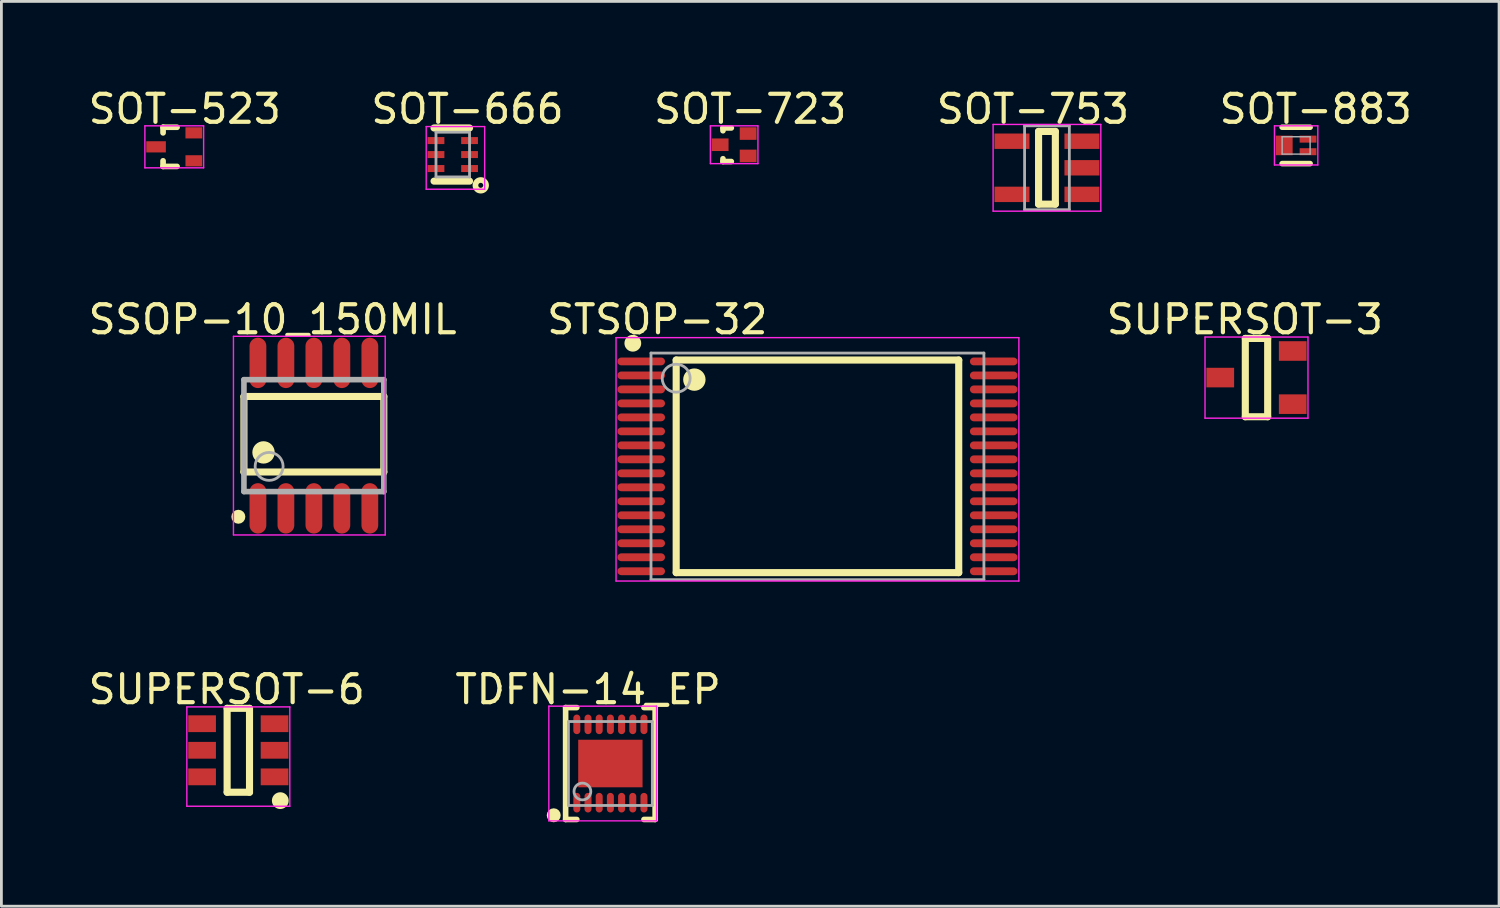
<source format=kicad_pcb>
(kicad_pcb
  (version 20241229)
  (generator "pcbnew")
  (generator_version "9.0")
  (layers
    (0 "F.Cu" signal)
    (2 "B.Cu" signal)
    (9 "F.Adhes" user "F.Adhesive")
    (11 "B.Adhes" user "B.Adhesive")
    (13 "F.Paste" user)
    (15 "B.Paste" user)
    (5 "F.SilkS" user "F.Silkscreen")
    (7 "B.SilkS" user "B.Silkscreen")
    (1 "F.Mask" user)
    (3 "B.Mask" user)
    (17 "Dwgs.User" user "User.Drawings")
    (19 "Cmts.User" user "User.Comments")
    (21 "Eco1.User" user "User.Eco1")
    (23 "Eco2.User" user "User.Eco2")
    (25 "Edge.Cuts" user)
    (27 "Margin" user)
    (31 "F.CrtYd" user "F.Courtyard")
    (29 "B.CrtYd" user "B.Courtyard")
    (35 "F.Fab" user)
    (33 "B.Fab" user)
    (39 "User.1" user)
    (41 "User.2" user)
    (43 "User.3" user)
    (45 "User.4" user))
  (footprint "STSOP-32"
    (layer "F.Cu")
    (at 26.171 13.62)
    (property "Reference" "STSOP-32" (at -5.724 -5.249 0) (layer "F.SilkS") (effects (font (size 1 1) (thickness 0.15))))
    (attr through_hole)
    (fp_line (start -5.05 -3.8) (end 5.05 -3.8) (stroke (width 0.254) (type solid)) (layer "F.SilkS"))
    (fp_line (start -5.05 3.8) (end -5.05 -3.8) (stroke (width 0.254) (type solid)) (layer "F.SilkS"))
    (fp_line (start -5.05 3.8) (end 5.05 3.8) (stroke (width 0.254) (type solid)) (layer "F.SilkS"))
    (fp_line (start 5.05 3.8) (end 5.05 -3.8) (stroke (width 0.254) (type solid)) (layer "F.SilkS"))
    (fp_circle (center -6.6 -4.4) (end -6.45 -4.4) (stroke (width 0.3) (type solid)) (fill no) (layer "F.SilkS"))
    (fp_circle (center -4.4 -3.1) (end -4.2 -3.1) (stroke (width 0.4) (type solid)) (fill no) (layer "F.SilkS"))
    (fp_line (start -7.2 -4.6) (end 7.2 -4.6) (stroke (width 0.05) (type solid)) (layer "F.CrtYd"))
    (fp_line (start -7.2 4.1) (end -7.2 -4.6) (stroke (width 0.05) (type solid)) (layer "F.CrtYd"))
    (fp_line (start 7.2 -4.6) (end 7.2 4.1) (stroke (width 0.05) (type solid)) (layer "F.CrtYd"))
    (fp_line (start 7.2 4.1) (end -7.2 4.1) (stroke (width 0.05) (type solid)) (layer "F.CrtYd"))
    (fp_line (start -5.95 -4.05) (end 5.95 -4.05) (stroke (width 0.1) (type solid)) (layer "F.Fab"))
    (fp_line (start -5.95 4.05) (end -5.95 -4.05) (stroke (width 0.1) (type solid)) (layer "F.Fab"))
    (fp_line (start -5.95 4.05) (end 5.95 4.05) (stroke (width 0.1) (type solid)) (layer "F.Fab"))
    (fp_line (start 5.95 4.05) (end 5.95 -4.05) (stroke (width 0.1) (type solid)) (layer "F.Fab"))
    (fp_circle (center -5.05 -3.15) (end -4.55 -3.15) (stroke (width 0.1) (type solid)) (fill no) (layer "F.Fab"))
    (pad "1" smd oval (at -6.3 -3.75 90) (size 0.28 1.7) (layers "F.Cu" "F.Mask" "F.Paste"))
    (pad "2" smd oval (at -6.3 -3.25 90) (size 0.28 1.7) (layers "F.Cu" "F.Mask" "F.Paste"))
    (pad "3" smd oval (at -6.3 -2.75 90) (size 0.28 1.7) (layers "F.Cu" "F.Mask" "F.Paste"))
    (pad "4" smd oval (at -6.3 -2.25 90) (size 0.28 1.7) (layers "F.Cu" "F.Mask" "F.Paste"))
    (pad "5" smd oval (at -6.3 -1.75 90) (size 0.28 1.7) (layers "F.Cu" "F.Mask" "F.Paste"))
    (pad "6" smd oval (at -6.3 -1.25 90) (size 0.28 1.7) (layers "F.Cu" "F.Mask" "F.Paste"))
    (pad "7" smd oval (at -6.3 -0.75 90) (size 0.28 1.7) (layers "F.Cu" "F.Mask" "F.Paste"))
    (pad "8" smd oval (at -6.3 -0.25 90) (size 0.28 1.7) (layers "F.Cu" "F.Mask" "F.Paste"))
    (pad "9" smd oval (at -6.3 0.25 90) (size 0.28 1.7) (layers "F.Cu" "F.Mask" "F.Paste"))
    (pad "10" smd oval (at -6.3 0.75 90) (size 0.28 1.7) (layers "F.Cu" "F.Mask" "F.Paste"))
    (pad "11" smd oval (at -6.3 1.25 90) (size 0.28 1.7) (layers "F.Cu" "F.Mask" "F.Paste"))
    (pad "12" smd oval (at -6.3 1.75 90) (size 0.28 1.7) (layers "F.Cu" "F.Mask" "F.Paste"))
    (pad "13" smd oval (at -6.3 2.25 90) (size 0.28 1.7) (layers "F.Cu" "F.Mask" "F.Paste"))
    (pad "14" smd oval (at -6.3 2.75 90) (size 0.28 1.7) (layers "F.Cu" "F.Mask" "F.Paste"))
    (pad "15" smd oval (at -6.3 3.25 90) (size 0.28 1.7) (layers "F.Cu" "F.Mask" "F.Paste"))
    (pad "16" smd oval (at -6.3 3.75 90) (size 0.28 1.7) (layers "F.Cu" "F.Mask" "F.Paste"))
    (pad "17" smd oval (at 6.3 3.75 90) (size 0.28 1.7) (layers "F.Cu" "F.Mask" "F.Paste"))
    (pad "18" smd oval (at 6.3 3.25 90) (size 0.28 1.7) (layers "F.Cu" "F.Mask" "F.Paste"))
    (pad "19" smd oval (at 6.3 2.75 90) (size 0.28 1.7) (layers "F.Cu" "F.Mask" "F.Paste"))
    (pad "20" smd oval (at 6.3 2.25 90) (size 0.28 1.7) (layers "F.Cu" "F.Mask" "F.Paste"))
    (pad "21" smd oval (at 6.3 1.75 90) (size 0.28 1.7) (layers "F.Cu" "F.Mask" "F.Paste"))
    (pad "22" smd oval (at 6.3 1.25 90) (size 0.28 1.7) (layers "F.Cu" "F.Mask" "F.Paste"))
    (pad "23" smd oval (at 6.3 0.75 90) (size 0.28 1.7) (layers "F.Cu" "F.Mask" "F.Paste"))
    (pad "24" smd oval (at 6.3 0.25 90) (size 0.28 1.7) (layers "F.Cu" "F.Mask" "F.Paste"))
    (pad "25" smd oval (at 6.3 -0.25 90) (size 0.28 1.7) (layers "F.Cu" "F.Mask" "F.Paste"))
    (pad "26" smd oval (at 6.3 -0.75 90) (size 0.28 1.7) (layers "F.Cu" "F.Mask" "F.Paste"))
    (pad "27" smd oval (at 6.3 -1.25 90) (size 0.28 1.7) (layers "F.Cu" "F.Mask" "F.Paste"))
    (pad "28" smd oval (at 6.3 -1.75 90) (size 0.28 1.7) (layers "F.Cu" "F.Mask" "F.Paste"))
    (pad "29" smd oval (at 6.3 -2.25 90) (size 0.28 1.7) (layers "F.Cu" "F.Mask" "F.Paste"))
    (pad "30" smd oval (at 6.3 -2.75 90) (size 0.28 1.7) (layers "F.Cu" "F.Mask" "F.Paste"))
    (pad "31" smd oval (at 6.3 -3.25 90) (size 0.28 1.7) (layers "F.Cu" "F.Mask" "F.Paste"))
    (pad "32" smd oval (at 6.3 -3.75 90) (size 0.28 1.7) (layers "F.Cu" "F.Mask" "F.Paste")))
  (footprint "TDFN-14_EP"
    (layer "F.Cu")
    (at 18.769 24.243)
    (property "Reference" "TDFN-14_EP" (at -0.799 -2.649 0) (layer "F.SilkS") (effects (font (size 1 1) (thickness 0.15))))
    (attr through_hole)
    (fp_line (start -1.6 -2) (end -1.2 -2) (stroke (width 0.2) (type solid)) (layer "F.SilkS"))
    (fp_line (start -1.6 2) (end -1.6 -2) (stroke (width 0.2) (type solid)) (layer "F.SilkS"))
    (fp_line (start -1.6 2) (end -1.2 2) (stroke (width 0.2) (type solid)) (layer "F.SilkS"))
    (fp_line (start 1.2 -2) (end 1.6 -2) (stroke (width 0.2) (type solid)) (layer "F.SilkS"))
    (fp_line (start 1.2 2) (end 1.6 2) (stroke (width 0.2) (type solid)) (layer "F.SilkS"))
    (fp_line (start 1.6 2) (end 1.6 -2) (stroke (width 0.2) (type solid)) (layer "F.SilkS"))
    (fp_circle (center -2.025 1.85) (end -1.9 1.85) (stroke (width 0.25) (type solid)) (fill no) (layer "F.SilkS"))
    (fp_line (start -2.2 -2.05) (end 1.65 -2.05) (stroke (width 0.05) (type solid)) (layer "F.CrtYd"))
    (fp_line (start -2.2 2.05) (end -2.2 -2.05) (stroke (width 0.05) (type solid)) (layer "F.CrtYd"))
    (fp_line (start 1.65 -2.05) (end 1.65 2.05) (stroke (width 0.05) (type solid)) (layer "F.CrtYd"))
    (fp_line (start 1.65 2.05) (end -2.2 2.05) (stroke (width 0.05) (type solid)) (layer "F.CrtYd"))
    (fp_line (start -1.5 -1.5) (end 1.5 -1.5) (stroke (width 0.1) (type solid)) (layer "F.Fab"))
    (fp_line (start -1.5 1.5) (end -1.5 -1.5) (stroke (width 0.1) (type solid)) (layer "F.Fab"))
    (fp_line (start -1.5 1.5) (end 1.5 1.5) (stroke (width 0.1) (type solid)) (layer "F.Fab"))
    (fp_line (start 1.5 1.5) (end 1.5 -1.5) (stroke (width 0.1) (type solid)) (layer "F.Fab"))
    (fp_circle (center -1 1) (end -0.7 1) (stroke (width 0.1) (type solid)) (fill no) (layer "F.Fab"))
    (pad "0" smd rect (at 0 0 90) (size 1.7 2.3) (layers "F.Cu" "F.Mask" "F.Paste"))
    (pad "1" smd oval (at -1.2 1.4 270) (size 0.7 0.25) (layers "F.Cu" "F.Mask" "F.Paste"))
    (pad "2" smd oval (at -0.8 1.4 270) (size 0.7 0.25) (layers "F.Cu" "F.Mask" "F.Paste"))
    (pad "3" smd oval (at -0.4 1.4 270) (size 0.7 0.25) (layers "F.Cu" "F.Mask" "F.Paste"))
    (pad "4" smd oval (at 0 1.4 270) (size 0.7 0.25) (layers "F.Cu" "F.Mask" "F.Paste"))
    (pad "5" smd oval (at 0.4 1.4 270) (size 0.7 0.25) (layers "F.Cu" "F.Mask" "F.Paste"))
    (pad "6" smd oval (at 0.8 1.4 270) (size 0.7 0.25) (layers "F.Cu" "F.Mask" "F.Paste"))
    (pad "7" smd oval (at 1.2 1.4 270) (size 0.7 0.25) (layers "F.Cu" "F.Mask" "F.Paste"))
    (pad "8" smd oval (at 1.2 -1.4 90) (size 0.7 0.25) (layers "F.Cu" "F.Mask" "F.Paste"))
    (pad "9" smd oval (at 0.8 -1.4 90) (size 0.7 0.25) (layers "F.Cu" "F.Mask" "F.Paste"))
    (pad "10" smd oval (at 0.4 -1.4 90) (size 0.7 0.25) (layers "F.Cu" "F.Mask" "F.Paste"))
    (pad "11" smd oval (at 0 -1.4 90) (size 0.7 0.25) (layers "F.Cu" "F.Mask" "F.Paste"))
    (pad "12" smd oval (at -0.4 -1.4 90) (size 0.7 0.25) (layers "F.Cu" "F.Mask" "F.Paste"))
    (pad "13" smd oval (at -0.8 -1.4 90) (size 0.7 0.25) (layers "F.Cu" "F.Mask" "F.Paste"))
    (pad "14" smd oval (at -1.2 -1.4 90) (size 0.7 0.25) (layers "F.Cu" "F.Mask" "F.Paste")))
  (footprint "SOT-523"
    (layer "F.Cu")
    (at 3.204 2.199)
    (property "Reference" "SOT-523" (at 0.35 -1.351 0) (layer "F.SilkS") (effects (font (size 1 1) (thickness 0.15))))
    (attr through_hole)
    (fp_line (start -0.425 -0.7) (end 0.075 -0.7) (stroke (width 0.203) (type solid)) (layer "F.SilkS"))
    (fp_line (start -0.425 -0.5) (end -0.425 -0.7) (stroke (width 0.203) (type solid)) (layer "F.SilkS"))
    (fp_line (start -0.425 0.7) (end -0.425 0.5) (stroke (width 0.203) (type solid)) (layer "F.SilkS"))
    (fp_line (start -0.425 0.7) (end 0.075 0.7) (stroke (width 0.203) (type solid)) (layer "F.SilkS"))
    (fp_line (start -1.075 -0.75) (end 1.025 -0.75) (stroke (width 0.05) (type solid)) (layer "F.CrtYd"))
    (fp_line (start -1.075 0.75) (end -1.075 -0.75) (stroke (width 0.05) (type solid)) (layer "F.CrtYd"))
    (fp_line (start 1.025 -0.75) (end 1.025 0.75) (stroke (width 0.05) (type solid)) (layer "F.CrtYd"))
    (fp_line (start 1.025 0.75) (end -1.075 0.75) (stroke (width 0.05) (type solid)) (layer "F.CrtYd"))
    (pad "1" smd rect (at 0.675 0.5 180) (size 0.6 0.4) (layers "F.Cu" "F.Mask" "F.Paste"))
    (pad "2" smd rect (at 0.675 -0.5 180) (size 0.6 0.4) (layers "F.Cu" "F.Mask" "F.Paste"))
    (pad "3" smd rect (at -0.675 0 180) (size 0.7 0.4) (layers "F.Cu" "F.Mask" "F.Paste")))
  (footprint "SOT-723"
    (layer "F.Cu")
    (at 23.193 2.124)
    (property "Reference" "SOT-723" (at 0.575 -1.276 0) (layer "F.SilkS") (effects (font (size 1 1) (thickness 0.15))))
    (attr through_hole)
    (fp_line (start -0.4 -0.6) (end -0.1 -0.6) (stroke (width 0.2) (type solid)) (layer "F.SilkS"))
    (fp_line (start -0.4 -0.5) (end -0.4 -0.6) (stroke (width 0.2) (type solid)) (layer "F.SilkS"))
    (fp_line (start -0.4 0.6) (end -0.4 0.5) (stroke (width 0.2) (type solid)) (layer "F.SilkS"))
    (fp_line (start -0.4 0.6) (end -0.1 0.6) (stroke (width 0.2) (type solid)) (layer "F.SilkS"))
    (fp_line (start -0.85 -0.675) (end 0.85 -0.675) (stroke (width 0.05) (type solid)) (layer "F.CrtYd"))
    (fp_line (start -0.85 0.675) (end -0.85 -0.675) (stroke (width 0.05) (type solid)) (layer "F.CrtYd"))
    (fp_line (start 0.85 -0.675) (end 0.85 0.675) (stroke (width 0.05) (type solid)) (layer "F.CrtYd"))
    (fp_line (start 0.85 0.675) (end -0.85 0.675) (stroke (width 0.05) (type solid)) (layer "F.CrtYd"))
    (pad "1" smd rect (at 0.5 0.4 180) (size 0.6 0.45) (layers "F.Cu" "F.Mask" "F.Paste"))
    (pad "2" smd rect (at 0.5 -0.4 180) (size 0.6 0.45) (layers "F.Cu" "F.Mask" "F.Paste"))
    (pad "3" smd rect (at -0.5 0 180) (size 0.6 0.45) (layers "F.Cu" "F.Mask" "F.Paste")))
  (footprint "SUPERSOT-6"
    (layer "F.Cu")
    (at 5.469 23.77)
    (property "Reference" "SUPERSOT-6" (at -0.415 -2.176 0) (layer "F.SilkS") (effects (font (size 1 1) (thickness 0.15))))
    (attr through_hole)
    (fp_line (start -0.4 -1.5) (end 0.4 -1.5) (stroke (width 0.254) (type solid)) (layer "F.SilkS"))
    (fp_line (start -0.4 1.5) (end -0.4 -1.5) (stroke (width 0.254) (type solid)) (layer "F.SilkS"))
    (fp_line (start -0.4 1.5) (end 0.4 1.5) (stroke (width 0.254) (type solid)) (layer "F.SilkS"))
    (fp_line (start 0.4 1.5) (end 0.4 -1.5) (stroke (width 0.254) (type solid)) (layer "F.SilkS"))
    (fp_circle (center 1.5 1.8) (end 1.65 1.8) (stroke (width 0.3) (type solid)) (fill no) (layer "F.SilkS"))
    (fp_line (start -1.84 -1.55) (end 1.84 -1.55) (stroke (width 0.05) (type solid)) (layer "F.CrtYd"))
    (fp_line (start -1.84 2) (end -1.84 -1.55) (stroke (width 0.05) (type solid)) (layer "F.CrtYd"))
    (fp_line (start 1.84 -1.55) (end 1.84 2) (stroke (width 0.05) (type solid)) (layer "F.CrtYd"))
    (fp_line (start 1.84 2) (end -1.84 2) (stroke (width 0.05) (type solid)) (layer "F.CrtYd"))
    (pad "1" smd rect (at 1.295 0.95 90) (size 0.6 0.99) (layers "F.Cu" "F.Mask" "F.Paste"))
    (pad "2" smd rect (at 1.295 0 90) (size 0.6 0.99) (layers "F.Cu" "F.Mask" "F.Paste"))
    (pad "3" smd rect (at 1.295 -0.95 90) (size 0.6 0.99) (layers "F.Cu" "F.Mask" "F.Paste"))
    (pad "4" smd rect (at -1.295 -0.95 90) (size 0.6 0.99) (layers "F.Cu" "F.Mask" "F.Paste"))
    (pad "5" smd rect (at -1.295 0 90) (size 0.6 0.99) (layers "F.Cu" "F.Mask" "F.Paste"))
    (pad "6" smd rect (at -1.295 0.95 90) (size 0.6 0.99) (layers "F.Cu" "F.Mask" "F.Paste")))
  (footprint "SOT-753"
    (layer "F.Cu")
    (at 34.375 2.948)
    (property "Reference" "SOT-753" (at -0.5 -2.099 0) (layer "F.SilkS") (effects (font (size 1 1) (thickness 0.15))))
    (attr through_hole)
    (fp_line (start -0.3 -1.3) (end 0.3 -1.3) (stroke (width 0.254) (type solid)) (layer "F.SilkS"))
    (fp_line (start -0.3 1.3) (end -0.3 -1.3) (stroke (width 0.254) (type solid)) (layer "F.SilkS"))
    (fp_line (start -0.3 1.3) (end 0.3 1.3) (stroke (width 0.254) (type solid)) (layer "F.SilkS"))
    (fp_line (start 0.3 1.3) (end 0.3 -1.3) (stroke (width 0.254) (type solid)) (layer "F.SilkS"))
    (fp_line (start -1.925 -1.55) (end 1.925 -1.55) (stroke (width 0.05) (type solid)) (layer "F.CrtYd"))
    (fp_line (start -1.925 1.55) (end -1.925 -1.55) (stroke (width 0.05) (type solid)) (layer "F.CrtYd"))
    (fp_line (start 1.925 -1.55) (end 1.925 1.55) (stroke (width 0.05) (type solid)) (layer "F.CrtYd"))
    (fp_line (start 1.925 1.55) (end -1.925 1.55) (stroke (width 0.05) (type solid)) (layer "F.CrtYd"))
    (fp_line (start -0.8 -1.5) (end 0.8 -1.5) (stroke (width 0.1) (type solid)) (layer "F.Fab"))
    (fp_line (start -0.8 1.5) (end -0.8 -1.5) (stroke (width 0.1) (type solid)) (layer "F.Fab"))
    (fp_line (start -0.8 1.5) (end 0.8 1.5) (stroke (width 0.1) (type solid)) (layer "F.Fab"))
    (fp_line (start 0.8 1.5) (end 0.8 -1.5) (stroke (width 0.1) (type solid)) (layer "F.Fab"))
    (pad "1" smd rect (at 1.25 0.95 90) (size 0.55 1.25) (layers "F.Cu" "F.Mask" "F.Paste"))
    (pad "2" smd rect (at 1.25 0 90) (size 0.55 1.25) (layers "F.Cu" "F.Mask" "F.Paste"))
    (pad "3" smd rect (at 1.25 -0.95 90) (size 0.55 1.25) (layers "F.Cu" "F.Mask" "F.Paste"))
    (pad "4" smd rect (at -1.25 -0.95 270) (size 0.55 1.25) (layers "F.Cu" "F.Mask" "F.Paste"))
    (pad "5" smd rect (at -1.25 0.95 270) (size 0.55 1.25) (layers "F.Cu" "F.Mask" "F.Paste")))
  (footprint "SUPERSOT-3"
    (layer "F.Cu")
    (at 41.865 10.447)
    (property "Reference" "SUPERSOT-3" (at -0.415 -2.076 0) (layer "F.SilkS") (effects (font (size 1 1) (thickness 0.15))))
    (attr through_hole)
    (fp_line (start -0.4 -1.4) (end 0.4 -1.4) (stroke (width 0.254) (type solid)) (layer "F.SilkS"))
    (fp_line (start -0.4 1.4) (end -0.4 -1.4) (stroke (width 0.254) (type solid)) (layer "F.SilkS"))
    (fp_line (start -0.4 1.4) (end 0.4 1.4) (stroke (width 0.254) (type solid)) (layer "F.SilkS"))
    (fp_line (start 0.4 1.4) (end 0.4 -1.4) (stroke (width 0.254) (type solid)) (layer "F.SilkS"))
    (fp_line (start -1.84 -1.45) (end 1.84 -1.45) (stroke (width 0.05) (type solid)) (layer "F.CrtYd"))
    (fp_line (start -1.84 1.45) (end -1.84 -1.45) (stroke (width 0.05) (type solid)) (layer "F.CrtYd"))
    (fp_line (start 1.84 -1.45) (end 1.84 1.45) (stroke (width 0.05) (type solid)) (layer "F.CrtYd"))
    (fp_line (start 1.84 1.45) (end -1.84 1.45) (stroke (width 0.05) (type solid)) (layer "F.CrtYd"))
    (pad "1" smd rect (at 1.295 0.95 90) (size 0.7 0.99) (layers "F.Cu" "F.Mask" "F.Paste"))
    (pad "2" smd rect (at 1.295 -0.95 90) (size 0.7 0.99) (layers "F.Cu" "F.Mask" "F.Paste"))
    (pad "3" smd rect (at -1.295 0 90) (size 0.7 0.99) (layers "F.Cu" "F.Mask" "F.Paste")))
  (footprint "SOT-883"
    (layer "F.Cu")
    (at 43.282 2.148)
    (property "Reference" "SOT-883" (at 0.701 -1.299 0) (layer "F.SilkS") (effects (font (size 1 1) (thickness 0.15))))
    (attr through_hole)
    (fp_line (start -0.5 -0.65) (end 0.5 -0.65) (stroke (width 0.2) (type solid)) (layer "F.SilkS"))
    (fp_line (start -0.5 0.65) (end 0.5 0.65) (stroke (width 0.2) (type solid)) (layer "F.SilkS"))
    (fp_line (start -0.775 -0.7) (end 0.775 -0.7) (stroke (width 0.05) (type solid)) (layer "F.CrtYd"))
    (fp_line (start -0.775 0.7) (end -0.775 -0.7) (stroke (width 0.05) (type solid)) (layer "F.CrtYd"))
    (fp_line (start 0.775 -0.7) (end 0.775 0.7) (stroke (width 0.05) (type solid)) (layer "F.CrtYd"))
    (fp_line (start 0.775 0.7) (end -0.775 0.7) (stroke (width 0.05) (type solid)) (layer "F.CrtYd"))
    (fp_line (start -0.5 -0.31) (end 0.5 -0.31) (stroke (width 0.051) (type solid)) (layer "F.Fab"))
    (fp_line (start -0.5 0.31) (end -0.5 -0.31) (stroke (width 0.051) (type solid)) (layer "F.Fab"))
    (fp_line (start -0.5 0.31) (end 0.5 0.31) (stroke (width 0.051) (type solid)) (layer "F.Fab"))
    (fp_line (start 0.5 0.31) (end 0.5 -0.31) (stroke (width 0.051) (type solid)) (layer "F.Fab"))
    (pad "1" smd rect (at 0.425 0.225 90) (size 0.25 0.6) (layers "F.Cu" "F.Mask" "F.Paste"))
    (pad "2" smd rect (at 0.425 -0.225 90) (size 0.25 0.6) (layers "F.Cu" "F.Mask" "F.Paste"))
    (pad "3" smd rect (at -0.425 0 90) (size 0.7 0.6) (layers "F.Cu" "F.Mask" "F.Paste")))
  (footprint "SOT-666"
    (layer "F.Cu")
    (at 13.135 2.475)
    (property "Reference" "SOT-666" (at 0.526 -1.626 0) (layer "F.SilkS") (effects (font (size 1 1) (thickness 0.15))))
    (attr through_hole)
    (fp_line (start -0.67 -0.95) (end 0.6 -0.95) (stroke (width 0.254) (type solid)) (layer "F.SilkS"))
    (fp_line (start -0.67 0.95) (end 0.6 0.95) (stroke (width 0.254) (type solid)) (layer "F.SilkS"))
    (fp_circle (center 1 1.1) (end 1.089 1.1) (stroke (width 0.203) (type solid)) (fill no) (layer "F.SilkS"))
    (fp_line (start -0.95 -1) (end 1.139 -1) (stroke (width 0.05) (type solid)) (layer "F.CrtYd"))
    (fp_line (start -0.95 1.239) (end -0.95 -1) (stroke (width 0.05) (type solid)) (layer "F.CrtYd"))
    (fp_line (start 1.139 -1) (end 1.139 1.239) (stroke (width 0.05) (type solid)) (layer "F.CrtYd"))
    (fp_line (start 1.139 1.239) (end -0.95 1.239) (stroke (width 0.05) (type solid)) (layer "F.CrtYd"))
    (fp_line (start -0.6 -0.8) (end 0.6 -0.8) (stroke (width 0.1) (type solid)) (layer "F.Fab"))
    (fp_line (start -0.6 0.8) (end -0.6 -0.8) (stroke (width 0.1) (type solid)) (layer "F.Fab"))
    (fp_line (start -0.6 0.8) (end 0.6 0.8) (stroke (width 0.1) (type solid)) (layer "F.Fab"))
    (fp_line (start 0.6 0.8) (end 0.6 -0.8) (stroke (width 0.1) (type solid)) (layer "F.Fab"))
    (pad "1" smd rect (at 0.6 0.5 90) (size 0.25 0.6) (layers "F.Cu" "F.Mask" "F.Paste"))
    (pad "2" smd rect (at 0.6 0 90) (size 0.25 0.6) (layers "F.Cu" "F.Mask" "F.Paste"))
    (pad "3" smd rect (at 0.6 -0.5 90) (size 0.25 0.6) (layers "F.Cu" "F.Mask" "F.Paste"))
    (pad "4" smd rect (at -0.6 -0.5 90) (size 0.25 0.6) (layers "F.Cu" "F.Mask" "F.Paste"))
    (pad "5" smd rect (at -0.6 0 90) (size 0.25 0.6) (layers "F.Cu" "F.Mask" "F.Paste"))
    (pad "6" smd rect (at -0.6 0.5 90) (size 0.25 0.6) (layers "F.Cu" "F.Mask" "F.Paste")))
  (footprint "SSOP-10_150MIL"
    (layer "F.Cu")
    (at 8.17 12.522)
    (property "Reference" "SSOP-10_150MIL" (at -1.474 -4.151 0) (layer "F.SilkS") (effects (font (size 1 1) (thickness 0.15))))
    (attr through_hole)
    (fp_line (start -2.5 -1.4) (end 2.5 -1.4) (stroke (width 0.254) (type solid)) (layer "F.SilkS"))
    (fp_line (start -2.5 1.3) (end -2.5 -1.4) (stroke (width 0.254) (type solid)) (layer "F.SilkS"))
    (fp_line (start -2.5 1.3) (end 2.5 1.3) (stroke (width 0.254) (type solid)) (layer "F.SilkS"))
    (fp_line (start 2.5 1.3) (end 2.5 -1.4) (stroke (width 0.254) (type solid)) (layer "F.SilkS"))
    (fp_circle (center -2.7 2.9) (end -2.575 2.9) (stroke (width 0.25) (type solid)) (fill no) (layer "F.SilkS"))
    (fp_circle (center -1.8 0.6) (end -1.6 0.6) (stroke (width 0.4) (type solid)) (fill no) (layer "F.SilkS"))
    (fp_line (start -2.875 -3.55) (end 2.55 -3.55) (stroke (width 0.05) (type solid)) (layer "F.CrtYd"))
    (fp_line (start -2.875 3.55) (end -2.875 -3.55) (stroke (width 0.05) (type solid)) (layer "F.CrtYd"))
    (fp_line (start 2.55 -3.55) (end 2.55 3.55) (stroke (width 0.05) (type solid)) (layer "F.CrtYd"))
    (fp_line (start 2.55 3.55) (end -2.875 3.55) (stroke (width 0.05) (type solid)) (layer "F.CrtYd"))
    (fp_line (start -2.5 -2) (end 2.5 -2) (stroke (width 0.2) (type solid)) (layer "F.Fab"))
    (fp_line (start -2.5 2) (end -2.5 -2) (stroke (width 0.2) (type solid)) (layer "F.Fab"))
    (fp_line (start -2.5 2) (end 2.5 2) (stroke (width 0.2) (type solid)) (layer "F.Fab"))
    (fp_line (start 2.5 2) (end 2.5 -2) (stroke (width 0.2) (type solid)) (layer "F.Fab"))
    (fp_circle (center -1.6 1.1) (end -1.1 1.1) (stroke (width 0.1) (type solid)) (fill no) (layer "F.Fab"))
    (pad "1" smd oval (at -2 2.6) (size 0.6 1.8) (layers "F.Cu" "F.Mask" "F.Paste"))
    (pad "2" smd oval (at -1 2.6) (size 0.6 1.8) (layers "F.Cu" "F.Mask" "F.Paste"))
    (pad "3" smd oval (at 0 2.6) (size 0.6 1.8) (layers "F.Cu" "F.Mask" "F.Paste"))
    (pad "4" smd oval (at 1 2.6) (size 0.6 1.8) (layers "F.Cu" "F.Mask" "F.Paste"))
    (pad "5" smd oval (at 2 2.6) (size 0.6 1.8) (layers "F.Cu" "F.Mask" "F.Paste"))
    (pad "6" smd oval (at 2 -2.6 180) (size 0.6 1.8) (layers "F.Cu" "F.Mask" "F.Paste"))
    (pad "7" smd oval (at 1 -2.6 180) (size 0.6 1.8) (layers "F.Cu" "F.Mask" "F.Paste"))
    (pad "8" smd oval (at 0 -2.6 180) (size 0.6 1.8) (layers "F.Cu" "F.Mask" "F.Paste"))
    (pad "9" smd oval (at -1 -2.6 180) (size 0.6 1.8) (layers "F.Cu" "F.Mask" "F.Paste"))
    (pad "10" smd oval (at -2 -2.6 180) (size 0.6 1.8) (layers "F.Cu" "F.Mask" "F.Paste")))
  (gr_rect
    (start -3 -3)
    (end 50.536 29.343)
    (stroke (width 0.1) (type default))
    (fill no)
    (layer "Edge.Cuts")))
</source>
